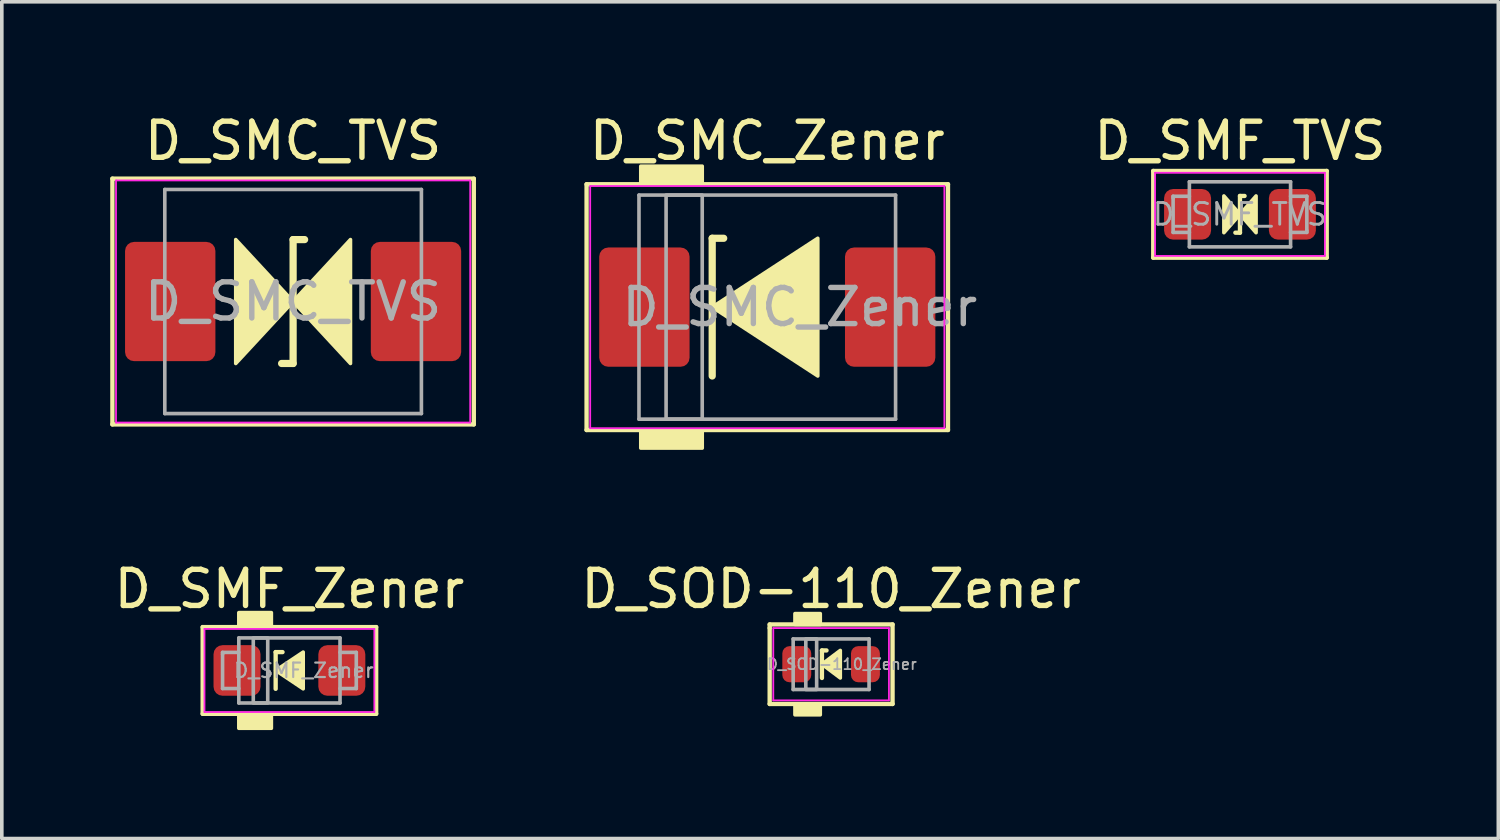
<source format=kicad_pcb>
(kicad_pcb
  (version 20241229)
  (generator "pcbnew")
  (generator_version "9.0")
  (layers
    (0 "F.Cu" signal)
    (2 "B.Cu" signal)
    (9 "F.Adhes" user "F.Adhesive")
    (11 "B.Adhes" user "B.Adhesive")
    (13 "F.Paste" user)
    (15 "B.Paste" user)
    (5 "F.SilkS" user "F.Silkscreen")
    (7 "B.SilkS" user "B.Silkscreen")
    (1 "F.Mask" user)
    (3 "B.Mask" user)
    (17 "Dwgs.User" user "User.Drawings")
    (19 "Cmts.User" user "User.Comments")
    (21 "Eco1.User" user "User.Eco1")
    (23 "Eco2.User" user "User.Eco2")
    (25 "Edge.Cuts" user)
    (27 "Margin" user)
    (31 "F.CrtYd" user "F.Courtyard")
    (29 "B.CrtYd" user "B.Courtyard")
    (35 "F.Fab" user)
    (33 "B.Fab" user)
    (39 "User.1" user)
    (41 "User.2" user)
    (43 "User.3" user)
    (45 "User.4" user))
  (footprint "D_SMC_Zener"
    (layer "F.Cu")
    (at 18.18 5.448)
    (property "Reference" "D_SMC_Zener" (at 0 -4.6 0) (layer "F.SilkS") (effects (font (size 1 1) (thickness 0.15))))
    (attr smd)
    (fp_line (start -5 -3.4) (end -5 3.4) (stroke (width 0.12) (type solid)) (layer "F.SilkS"))
    (fp_line (start -5 3.4) (end 5 3.4) (stroke (width 0.12) (type solid)) (layer "F.SilkS"))
    (fp_line (start -1.524 -1.905) (end -1.524 1.905) (stroke (width 0.2) (type solid)) (layer "F.SilkS"))
    (fp_line (start -1.524 -1.905) (end -1.206 -1.905) (stroke (width 0.2) (type solid)) (layer "F.SilkS"))
    (fp_line (start 5 -3.4) (end -5 -3.4) (stroke (width 0.12) (type solid)) (layer "F.SilkS"))
    (fp_line (start 5 3.4) (end 5 -3.4) (stroke (width 0.12) (type solid)) (layer "F.SilkS"))
    (fp_poly (pts (xy 1.397 1.905) (xy -1.524 0) (xy 1.397 -1.905)) (stroke (width 0.1) (type solid)) (fill yes) (layer "F.SilkS"))
    (fp_poly (pts (xy -1.8 -3.4) (xy -3.5 -3.4) (xy -3.5 -3.9) (xy -1.8 -3.9)) (stroke (width 0.1) (type solid)) (fill yes) (layer "F.SilkS"))
    (fp_poly (pts (xy -1.8 3.9) (xy -3.5 3.9) (xy -3.5 3.4) (xy -1.8 3.4)) (stroke (width 0.1) (type solid)) (fill yes) (layer "F.SilkS"))
    (fp_line (start -4.9 -3.35) (end 4.9 -3.35) (stroke (width 0.05) (type solid)) (layer "F.CrtYd"))
    (fp_line (start -4.9 3.35) (end -4.9 -3.35) (stroke (width 0.05) (type solid)) (layer "F.CrtYd"))
    (fp_line (start 4.9 -3.35) (end 4.9 3.35) (stroke (width 0.05) (type solid)) (layer "F.CrtYd"))
    (fp_line (start 4.9 3.35) (end -4.9 3.35) (stroke (width 0.05) (type solid)) (layer "F.CrtYd"))
    (fp_line (start -3.55 3.1) (end -3.55 -3.1) (stroke (width 0.1) (type solid)) (layer "F.Fab"))
    (fp_line (start 3.55 -3.1) (end -3.55 -3.1) (stroke (width 0.1) (type solid)) (layer "F.Fab"))
    (fp_line (start 3.55 -3.1) (end 3.55 3.1) (stroke (width 0.1) (type solid)) (layer "F.Fab"))
    (fp_line (start 3.55 3.1) (end -3.55 3.1) (stroke (width 0.1) (type solid)) (layer "F.Fab"))
    (fp_rect (start -2.8 -3.1) (end -1.8 3.1) (stroke (width 0.1) (type solid)) (fill no) (layer "F.Fab"))
    (fp_text user "${REFERENCE}" (at 0.9 0 0) (layer "F.Fab") (effects (font (size 1 1) (thickness 0.15))))
    (pad "1" smd roundrect (at -3.4 0 90) (size 3.3 2.5) (layers "F.Cu" "F.Mask" "F.Paste") (roundrect_rratio 0.1))
    (pad "2" smd roundrect (at 3.4 0 90) (size 3.3 2.5) (layers "F.Cu" "F.Mask" "F.Paste") (roundrect_rratio 0.1)))
  (footprint "D_SMC_TVS"
    (layer "F.Cu")
    (at 5.06 5.293)
    (property "Reference" "D_SMC_TVS" (at 0 -4.445 0) (layer "F.SilkS") (effects (font (size 1 1) (thickness 0.15))))
    (attr smd)
    (fp_line (start -5 -3.4) (end -5 3.4) (stroke (width 0.12) (type solid)) (layer "F.SilkS"))
    (fp_line (start -5 3.4) (end 5 3.4) (stroke (width 0.12) (type solid)) (layer "F.SilkS"))
    (fp_line (start -0.318 1.714) (end 0 1.714) (stroke (width 0.2) (type solid)) (layer "F.SilkS"))
    (fp_line (start 0 -1.714) (end 0 1.714) (stroke (width 0.2) (type solid)) (layer "F.SilkS"))
    (fp_line (start 0 -1.714) (end 0.318 -1.714) (stroke (width 0.2) (type solid)) (layer "F.SilkS"))
    (fp_line (start 5 -3.4) (end -5 -3.4) (stroke (width 0.12) (type solid)) (layer "F.SilkS"))
    (fp_line (start 5 3.4) (end 5 -3.4) (stroke (width 0.12) (type solid)) (layer "F.SilkS"))
    (fp_poly (pts (xy 0 0) (xy -1.587 1.714) (xy -1.587 -1.714)) (stroke (width 0.1) (type solid)) (fill yes) (layer "F.SilkS"))
    (fp_poly (pts (xy 0 0) (xy 1.587 -1.714) (xy 1.587 1.714)) (stroke (width 0.1) (type solid)) (fill yes) (layer "F.SilkS"))
    (fp_line (start -4.9 -3.35) (end 4.9 -3.35) (stroke (width 0.05) (type solid)) (layer "F.CrtYd"))
    (fp_line (start -4.9 3.35) (end -4.9 -3.35) (stroke (width 0.05) (type solid)) (layer "F.CrtYd"))
    (fp_line (start 4.9 -3.35) (end 4.9 3.35) (stroke (width 0.05) (type solid)) (layer "F.CrtYd"))
    (fp_line (start 4.9 3.35) (end -4.9 3.35) (stroke (width 0.05) (type solid)) (layer "F.CrtYd"))
    (fp_line (start -3.55 3.1) (end -3.55 -3.1) (stroke (width 0.1) (type solid)) (layer "F.Fab"))
    (fp_line (start 3.55 -3.1) (end -3.55 -3.1) (stroke (width 0.1) (type solid)) (layer "F.Fab"))
    (fp_line (start 3.55 -3.1) (end 3.55 3.1) (stroke (width 0.1) (type solid)) (layer "F.Fab"))
    (fp_line (start 3.55 3.1) (end -3.55 3.1) (stroke (width 0.1) (type solid)) (layer "F.Fab"))
    (fp_text user "${REFERENCE}" (at 0 0 0) (layer "F.Fab") (effects (font (size 1 1) (thickness 0.15))))
    (pad "1" smd roundrect (at -3.4 0 90) (size 3.3 2.5) (layers "F.Cu" "F.Mask" "F.Paste") (roundrect_rratio 0.1))
    (pad "2" smd roundrect (at 3.4 0 90) (size 3.3 2.5) (layers "F.Cu" "F.Mask" "F.Paste") (roundrect_rratio 0.1)))
  (footprint "D_SOD-110_Zener"
    (layer "F.Cu")
    (at 19.946 15.328)
    (property "Reference" "D_SOD-110_Zener" (at 0 -2.081 0) (layer "F.SilkS") (effects (font (size 1 1) (thickness 0.15))))
    (attr smd)
    (fp_line (start -1.7 -1.1) (end -1.7 -1) (stroke (width 0.12) (type solid)) (layer "F.SilkS"))
    (fp_line (start -1.7 -1) (end -1.7 1.1) (stroke (width 0.12) (type solid)) (layer "F.SilkS"))
    (fp_line (start -1.7 1.1) (end 1.7 1.1) (stroke (width 0.12) (type solid)) (layer "F.SilkS"))
    (fp_line (start -0.254 -0.381) (end -0.254 0.381) (stroke (width 0.12) (type solid)) (layer "F.SilkS"))
    (fp_line (start -0.254 -0.381) (end -0.127 -0.381) (stroke (width 0.12) (type solid)) (layer "F.SilkS"))
    (fp_line (start 1.7 -1.1) (end -1.7 -1.1) (stroke (width 0.12) (type solid)) (layer "F.SilkS"))
    (fp_line (start 1.7 1.1) (end 1.7 -1.1) (stroke (width 0.12) (type solid)) (layer "F.SilkS"))
    (fp_poly (pts (xy 0.254 0.381) (xy -0.254 0) (xy 0.254 -0.381)) (stroke (width 0.1) (type solid)) (fill yes) (layer "F.SilkS"))
    (fp_poly (pts (xy -0.3 -1.1) (xy -1 -1.1) (xy -1 -1.4) (xy -0.3 -1.4)) (stroke (width 0.1) (type solid)) (fill yes) (layer "F.SilkS"))
    (fp_poly (pts (xy -0.3 1.4) (xy -1 1.4) (xy -1 1.1) (xy -0.3 1.1)) (stroke (width 0.1) (type solid)) (fill yes) (layer "F.SilkS"))
    (fp_line (start -1.6 -1) (end -1.6 1) (stroke (width 0.05) (type solid)) (layer "F.CrtYd"))
    (fp_line (start -1.6 -1) (end 1.6 -1) (stroke (width 0.05) (type solid)) (layer "F.CrtYd"))
    (fp_line (start 1.6 -1) (end 1.6 1) (stroke (width 0.05) (type solid)) (layer "F.CrtYd"))
    (fp_line (start 1.6 1) (end -1.6 1) (stroke (width 0.05) (type solid)) (layer "F.CrtYd"))
    (fp_line (start -1.05 -0.7) (end -1.05 0.7) (stroke (width 0.1) (type solid)) (layer "F.Fab"))
    (fp_line (start -1.05 0.7) (end 1.05 0.7) (stroke (width 0.1) (type solid)) (layer "F.Fab"))
    (fp_line (start 1.05 -0.7) (end -1.05 -0.7) (stroke (width 0.1) (type solid)) (layer "F.Fab"))
    (fp_line (start 1.05 0.7) (end 1.05 -0.7) (stroke (width 0.1) (type solid)) (layer "F.Fab"))
    (fp_rect (start -0.7 -0.7) (end -0.4 0.7) (stroke (width 0.1) (type solid)) (fill no) (layer "F.Fab"))
    (fp_text user "${REFERENCE}" (at 0.3 0 0) (layer "F.Fab") (effects (font (size 0.3 0.3) (thickness 0.05))))
    (pad "1" smd roundrect (at -0.95 0) (size 0.8 1) (layers "F.Cu" "F.Mask" "F.Paste") (roundrect_rratio 0.25))
    (pad "2" smd roundrect (at 0.95 0) (size 0.8 1) (layers "F.Cu" "F.Mask" "F.Paste") (roundrect_rratio 0.25)))
  (footprint "D_SMF_TVS"
    (layer "F.Cu")
    (at 31.259 2.88)
    (property "Reference" "D_SMF_TVS" (at 0 -2.032 0) (layer "F.SilkS") (effects (font (size 1 1) (thickness 0.15))))
    (attr smd)
    (fp_line (start -2.4 -1.2) (end -2.4 1.2) (stroke (width 0.12) (type solid)) (layer "F.SilkS"))
    (fp_line (start -2.4 1.2) (end 2.4 1.2) (stroke (width 0.12) (type solid)) (layer "F.SilkS"))
    (fp_line (start -0.127 0.508) (end 0 0.508) (stroke (width 0.12) (type solid)) (layer "F.SilkS"))
    (fp_line (start 0 -0.508) (end 0 0.508) (stroke (width 0.12) (type solid)) (layer "F.SilkS"))
    (fp_line (start 0 -0.508) (end 0.127 -0.508) (stroke (width 0.12) (type solid)) (layer "F.SilkS"))
    (fp_line (start 2.4 -1.2) (end -2.4 -1.2) (stroke (width 0.12) (type solid)) (layer "F.SilkS"))
    (fp_line (start 2.4 1.2) (end 2.4 -1.2) (stroke (width 0.12) (type solid)) (layer "F.SilkS"))
    (fp_poly (pts (xy 0 0) (xy -0.445 0.508) (xy -0.445 -0.508)) (stroke (width 0.1) (type solid)) (fill yes) (layer "F.SilkS"))
    (fp_poly (pts (xy 0 0) (xy 0.445 -0.508) (xy 0.445 0.508)) (stroke (width 0.1) (type solid)) (fill yes) (layer "F.SilkS"))
    (fp_line (start -2.35 -1.15) (end 2.35 -1.15) (stroke (width 0.05) (type solid)) (layer "F.CrtYd"))
    (fp_line (start -2.35 1.15) (end -2.35 -1.15) (stroke (width 0.05) (type solid)) (layer "F.CrtYd"))
    (fp_line (start 2.35 -1.15) (end 2.35 1.15) (stroke (width 0.05) (type solid)) (layer "F.CrtYd"))
    (fp_line (start 2.35 1.15) (end -2.35 1.15) (stroke (width 0.05) (type solid)) (layer "F.CrtYd"))
    (fp_line (start -1.85 -0.5) (end -1.4 -0.5) (stroke (width 0.1) (type solid)) (layer "F.Fab"))
    (fp_line (start -1.85 -0.45) (end -1.85 -0.5) (stroke (width 0.1) (type solid)) (layer "F.Fab"))
    (fp_line (start -1.85 0.5) (end -1.85 -0.45) (stroke (width 0.1) (type solid)) (layer "F.Fab"))
    (fp_line (start -1.85 0.5) (end -1.4 0.5) (stroke (width 0.1) (type solid)) (layer "F.Fab"))
    (fp_line (start -1.4 0.9) (end -1.4 -0.9) (stroke (width 0.1) (type solid)) (layer "F.Fab"))
    (fp_line (start 1.4 -0.9) (end -1.4 -0.9) (stroke (width 0.1) (type solid)) (layer "F.Fab"))
    (fp_line (start 1.4 -0.9) (end 1.4 0.9) (stroke (width 0.1) (type solid)) (layer "F.Fab"))
    (fp_line (start 1.4 0.9) (end -1.4 0.9) (stroke (width 0.1) (type solid)) (layer "F.Fab"))
    (fp_line (start 1.85 -0.5) (end 1.4 -0.5) (stroke (width 0.1) (type solid)) (layer "F.Fab"))
    (fp_line (start 1.85 -0.5) (end 1.85 0.45) (stroke (width 0.1) (type solid)) (layer "F.Fab"))
    (fp_line (start 1.85 0.45) (end 1.85 0.5) (stroke (width 0.1) (type solid)) (layer "F.Fab"))
    (fp_line (start 1.85 0.5) (end 1.4 0.5) (stroke (width 0.1) (type solid)) (layer "F.Fab"))
    (fp_text user "${REFERENCE}" (at 0 0 0) (layer "F.Fab") (effects (font (size 0.6 0.6) (thickness 0.08))))
    (pad "1" smd roundrect (at -1.45 0) (size 1.3 1.4) (layers "F.Cu" "F.Mask" "F.Paste") (roundrect_rratio 0.192))
    (pad "2" smd roundrect (at 1.45 0) (size 1.3 1.4) (layers "F.Cu" "F.Mask" "F.Paste") (roundrect_rratio 0.192)))
  (footprint "D_SMF_Zener"
    (layer "F.Cu")
    (at 4.958 15.501)
    (property "Reference" "D_SMF_Zener" (at 0 -2.254 0) (layer "F.SilkS") (effects (font (size 1 1) (thickness 0.15))))
    (attr smd)
    (fp_line (start -2.4 -1.2) (end -2.4 1.2) (stroke (width 0.12) (type solid)) (layer "F.SilkS"))
    (fp_line (start -2.4 1.2) (end 2.4 1.2) (stroke (width 0.12) (type solid)) (layer "F.SilkS"))
    (fp_line (start -0.381 -0.508) (end -0.381 0.508) (stroke (width 0.12) (type solid)) (layer "F.SilkS"))
    (fp_line (start -0.381 -0.508) (end -0.191 -0.508) (stroke (width 0.12) (type solid)) (layer "F.SilkS"))
    (fp_line (start 2.4 -1.2) (end -2.4 -1.2) (stroke (width 0.12) (type solid)) (layer "F.SilkS"))
    (fp_line (start 2.4 1.2) (end 2.4 -1.2) (stroke (width 0.12) (type solid)) (layer "F.SilkS"))
    (fp_poly (pts (xy 0.381 0.508) (xy -0.381 0) (xy 0.381 -0.508)) (stroke (width 0.1) (type solid)) (fill yes) (layer "F.SilkS"))
    (fp_poly (pts (xy -0.5 -1.2) (xy -1.4 -1.2) (xy -1.4 -1.6) (xy -0.5 -1.6)) (stroke (width 0.1) (type solid)) (fill yes) (layer "F.SilkS"))
    (fp_poly (pts (xy -0.5 1.6) (xy -1.4 1.6) (xy -1.4 1.2) (xy -0.5 1.2)) (stroke (width 0.1) (type solid)) (fill yes) (layer "F.SilkS"))
    (fp_line (start -2.35 -1.15) (end 2.35 -1.15) (stroke (width 0.05) (type solid)) (layer "F.CrtYd"))
    (fp_line (start -2.35 1.15) (end -2.35 -1.15) (stroke (width 0.05) (type solid)) (layer "F.CrtYd"))
    (fp_line (start 2.35 -1.15) (end 2.35 1.15) (stroke (width 0.05) (type solid)) (layer "F.CrtYd"))
    (fp_line (start 2.35 1.15) (end -2.35 1.15) (stroke (width 0.05) (type solid)) (layer "F.CrtYd"))
    (fp_line (start -1.85 -0.5) (end -1.4 -0.5) (stroke (width 0.1) (type solid)) (layer "F.Fab"))
    (fp_line (start -1.85 -0.45) (end -1.85 -0.5) (stroke (width 0.1) (type solid)) (layer "F.Fab"))
    (fp_line (start -1.85 0.5) (end -1.85 -0.45) (stroke (width 0.1) (type solid)) (layer "F.Fab"))
    (fp_line (start -1.85 0.5) (end -1.4 0.5) (stroke (width 0.1) (type solid)) (layer "F.Fab"))
    (fp_line (start -1.4 0.9) (end -1.4 -0.9) (stroke (width 0.1) (type solid)) (layer "F.Fab"))
    (fp_line (start 1.4 -0.9) (end -1.4 -0.9) (stroke (width 0.1) (type solid)) (layer "F.Fab"))
    (fp_line (start 1.4 -0.9) (end 1.4 0.9) (stroke (width 0.1) (type solid)) (layer "F.Fab"))
    (fp_line (start 1.4 0.9) (end -1.4 0.9) (stroke (width 0.1) (type solid)) (layer "F.Fab"))
    (fp_line (start 1.85 -0.5) (end 1.4 -0.5) (stroke (width 0.1) (type solid)) (layer "F.Fab"))
    (fp_line (start 1.85 -0.5) (end 1.85 0.45) (stroke (width 0.1) (type solid)) (layer "F.Fab"))
    (fp_line (start 1.85 0.45) (end 1.85 0.5) (stroke (width 0.1) (type solid)) (layer "F.Fab"))
    (fp_line (start 1.85 0.5) (end 1.4 0.5) (stroke (width 0.1) (type solid)) (layer "F.Fab"))
    (fp_rect (start -1 -0.9) (end -0.6 0.9) (stroke (width 0.1) (type solid)) (fill no) (layer "F.Fab"))
    (fp_text user "${REFERENCE}" (at 0.4 0 0) (layer "F.Fab") (effects (font (size 0.4 0.4) (thickness 0.06))))
    (pad "1" smd roundrect (at -1.45 0) (size 1.3 1.4) (layers "F.Cu" "F.Mask" "F.Paste") (roundrect_rratio 0.192))
    (pad "2" smd roundrect (at 1.45 0) (size 1.3 1.4) (layers "F.Cu" "F.Mask" "F.Paste") (roundrect_rratio 0.192)))
  (gr_rect
    (start -3 -3)
    (end 38.407 20.151)
    (stroke (width 0.1) (type default))
    (fill no)
    (layer "Edge.Cuts")))
</source>
